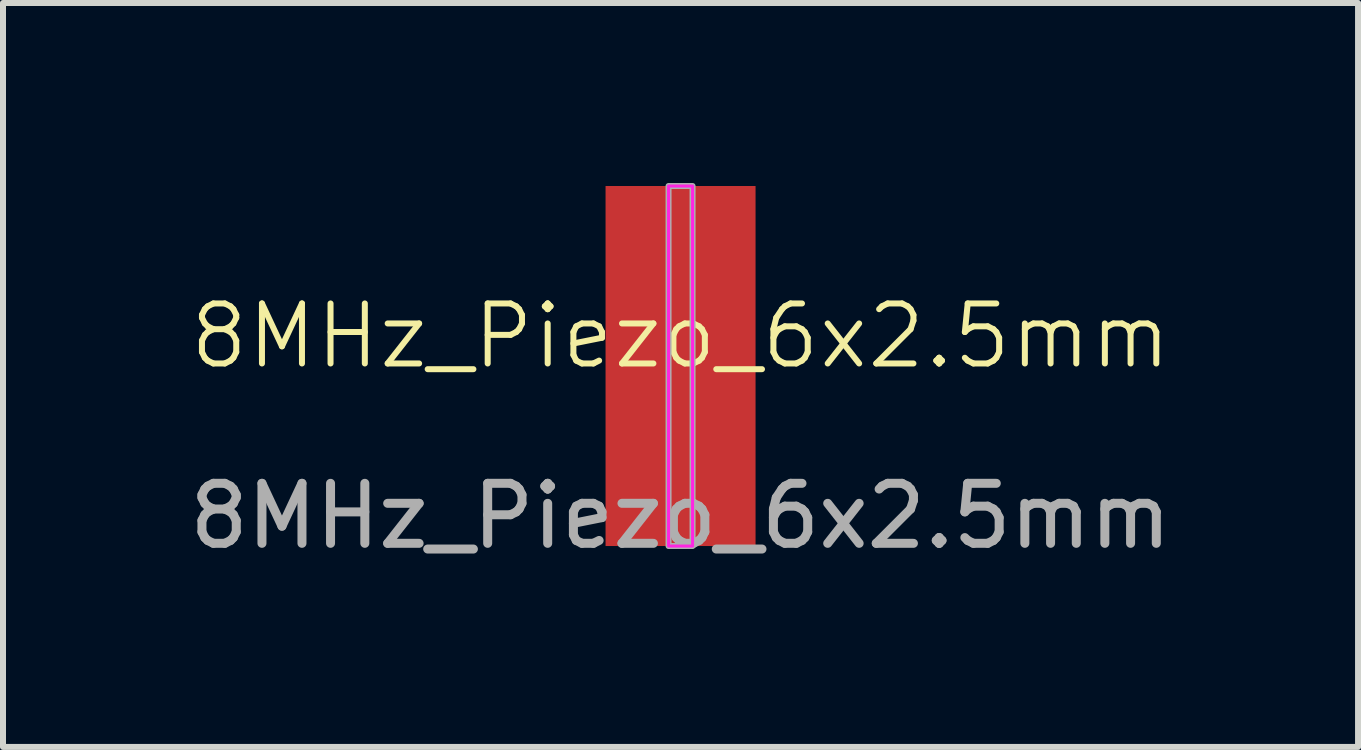
<source format=kicad_pcb>
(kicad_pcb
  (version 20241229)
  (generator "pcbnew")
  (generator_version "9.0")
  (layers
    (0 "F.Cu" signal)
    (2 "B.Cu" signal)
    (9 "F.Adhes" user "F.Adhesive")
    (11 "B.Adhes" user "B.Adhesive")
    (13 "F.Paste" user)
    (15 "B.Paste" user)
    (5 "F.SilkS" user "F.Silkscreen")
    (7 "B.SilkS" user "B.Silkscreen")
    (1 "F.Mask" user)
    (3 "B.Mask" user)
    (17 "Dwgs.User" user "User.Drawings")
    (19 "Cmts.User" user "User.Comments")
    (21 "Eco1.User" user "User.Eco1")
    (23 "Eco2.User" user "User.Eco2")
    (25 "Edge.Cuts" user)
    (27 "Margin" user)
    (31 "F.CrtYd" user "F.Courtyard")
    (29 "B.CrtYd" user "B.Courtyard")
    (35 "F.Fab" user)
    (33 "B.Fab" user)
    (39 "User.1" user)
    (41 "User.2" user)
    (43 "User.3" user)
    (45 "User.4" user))
  (footprint "8MHz_Piezo_6x2.5mm"
    (layer "F.Cu")
    (at 8.292 3.05)
    (property "Reference" "8MHz_Piezo_6x2.5mm" (at 0 -0.5 0) (unlocked yes) (layer "F.SilkS") (effects (font (size 1 1) (thickness 0.1))))
    (attr smd)
    (fp_rect (start -0.2 -3) (end 0.2 3) (stroke (width 0.05) (type default)) (fill no) (layer "F.CrtYd"))
    (fp_rect (start -0.2 -3) (end 0.2 3) (stroke (width 0.1) (type default)) (fill no) (layer "F.Fab"))
    (fp_text user "${REFERENCE}" (at 0 2.5 0) (unlocked yes) (layer "F.Fab") (effects (font (size 1 1) (thickness 0.15))))
    (pad "1" smd rect (at 0 0) (size 2.5 6) (layers "F.Cu" "F.Mask" "F.Paste")))
  (gr_rect
    (start -3 -3)
    (end 19.583 9.398)
    (stroke (width 0.1) (type default))
    (fill no)
    (layer "Edge.Cuts")))
</source>
